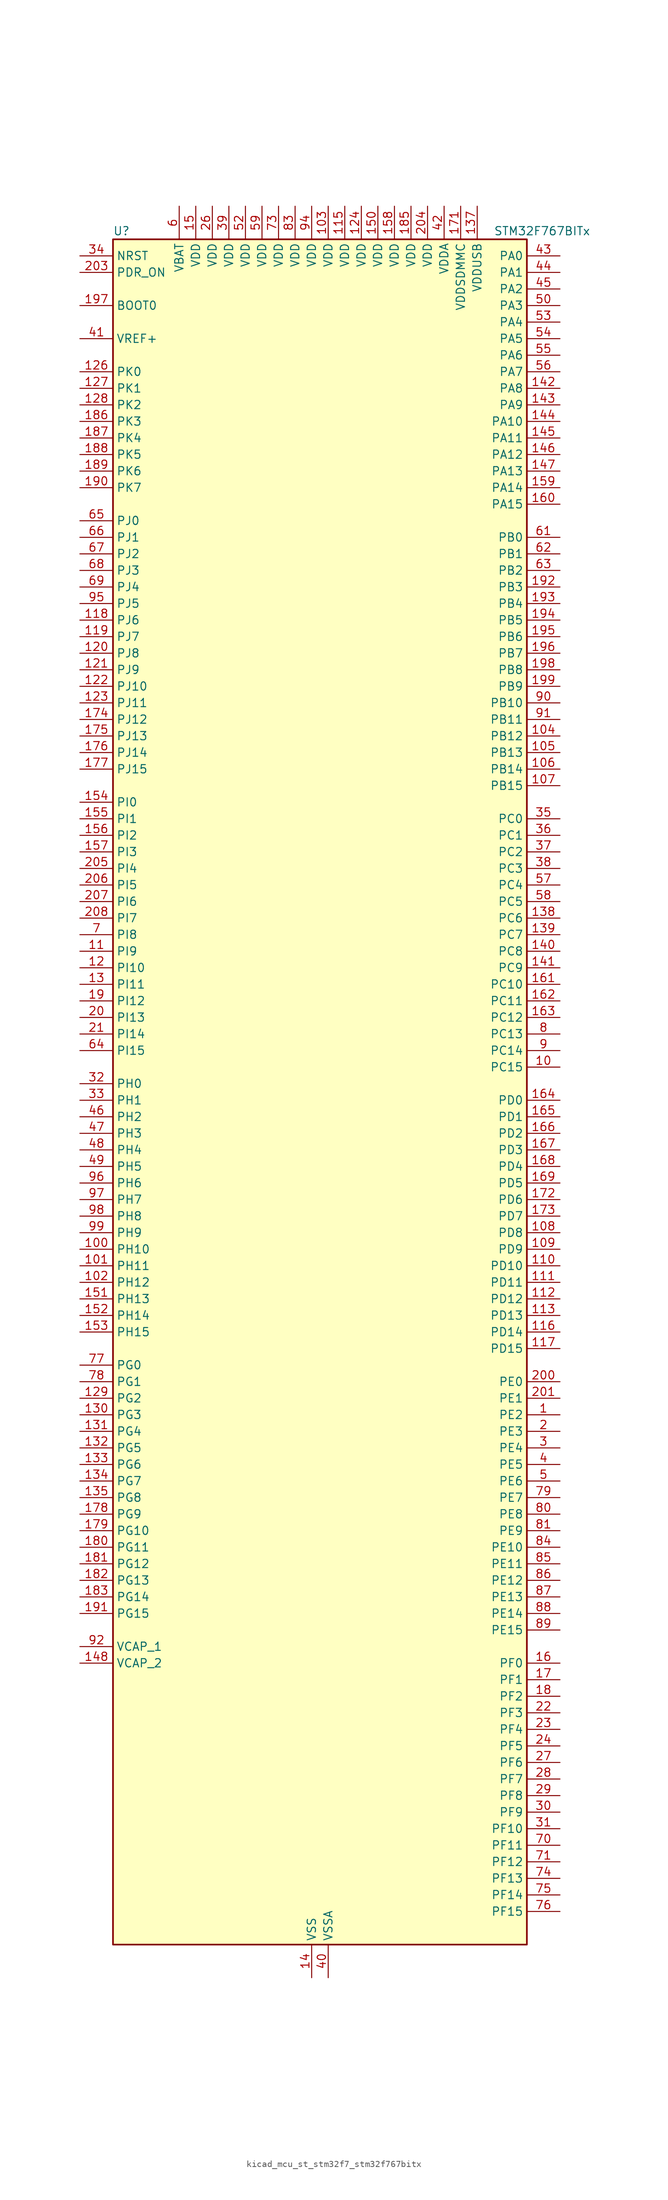
<source format=kicad_sym>
(kicad_symbol_lib
  (version 20220914)
  (generator kicad_symbol_editor)
  (symbol "kicad_mcu_st_stm32f7_stm32f767bitx"
    (property "Reference" "U"
      (at -30.48 133.35 0)
      (effects (font (size 1.27 1.27)) (justify left)))
    (property "Value" "STM32F767BITx"
      (at 27.94 133.35 0)
      (effects (font (size 1.27 1.27)) (justify left)))
    (property "ki_locked" ""
      (at 0 0 0)
      (effects (font (size 1.27 1.27))))
    (symbol "kicad_mcu_st_stm32f7_stm32f767bitx_0_1"
      (rectangle (start -30.48 -129.54) (end 33.02 132.08) (stroke (width 0.254) (type default)) (fill (type background))))
    (symbol "kicad_mcu_st_stm32f7_stm32f767bitx_1_1"
      (pin bidirectional line (at 38.1 -48.26 180) (length 5.08) (name "PE2" (effects (font (size 1.27 1.27)))) (number "1" (effects (font (size 1.27 1.27)))) (alternate "ETH_TXD3" bidirectional line) (alternate "FMC_A23" bidirectional line) (alternate "QUADSPI_BK1_IO2" bidirectional line) (alternate "SAI1_MCLK_A" bidirectional line) (alternate "SPI4_SCK" bidirectional line) (alternate "SYS_TRACECLK" bidirectional line))
      (pin bidirectional line (at 38.1 5.08 180) (length 5.08) (name "PC15" (effects (font (size 1.27 1.27)))) (number "10" (effects (font (size 1.27 1.27)))) (alternate "RCC_OSC32_OUT" bidirectional line))
      (pin bidirectional line (at -35.56 -22.86 0) (length 5.08) (name "PH10" (effects (font (size 1.27 1.27)))) (number "100" (effects (font (size 1.27 1.27)))) (alternate "DCMI_D1" bidirectional line) (alternate "FMC_D18" bidirectional line) (alternate "I2C4_SMBA" bidirectional line) (alternate "LTDC_R4" bidirectional line) (alternate "TIM5_CH1" bidirectional line))
      (pin bidirectional line (at -35.56 -25.4 0) (length 5.08) (name "PH11" (effects (font (size 1.27 1.27)))) (number "101" (effects (font (size 1.27 1.27)))) (alternate "ADC1_EXTI11" bidirectional line) (alternate "ADC2_EXTI11" bidirectional line) (alternate "ADC3_EXTI11" bidirectional line) (alternate "DCMI_D2" bidirectional line) (alternate "FMC_D19" bidirectional line) (alternate "I2C4_SCL" bidirectional line) (alternate "LTDC_R5" bidirectional line) (alternate "TIM5_CH2" bidirectional line))
      (pin bidirectional line (at -35.56 -27.94 0) (length 5.08) (name "PH12" (effects (font (size 1.27 1.27)))) (number "102" (effects (font (size 1.27 1.27)))) (alternate "DCMI_D3" bidirectional line) (alternate "FMC_D20" bidirectional line) (alternate "I2C4_SDA" bidirectional line) (alternate "LTDC_R6" bidirectional line) (alternate "TIM5_CH3" bidirectional line))
      (pin power_in line (at 2.54 137.16 270) (length 5.08) (name "VDD" (effects (font (size 1.27 1.27)))) (number "103" (effects (font (size 1.27 1.27)))))
      (pin bidirectional line (at 38.1 55.88 180) (length 5.08) (name "PB12" (effects (font (size 1.27 1.27)))) (number "104" (effects (font (size 1.27 1.27)))) (alternate "CAN2_RX" bidirectional line) (alternate "DFSDM1_DATIN1" bidirectional line) (alternate "ETH_TXD0" bidirectional line) (alternate "I2C2_SMBA" bidirectional line) (alternate "I2S2_WS" bidirectional line) (alternate "SPI2_NSS" bidirectional line) (alternate "TIM1_BKIN" bidirectional line) (alternate "UART5_RX" bidirectional line) (alternate "USART3_CK" bidirectional line) (alternate "USB_OTG_HS_ID" bidirectional line) (alternate "USB_OTG_HS_ULPI_D5" bidirectional line))
      (pin bidirectional line (at 38.1 53.34 180) (length 5.08) (name "PB13" (effects (font (size 1.27 1.27)))) (number "105" (effects (font (size 1.27 1.27)))) (alternate "CAN2_TX" bidirectional line) (alternate "DFSDM1_CKIN1" bidirectional line) (alternate "ETH_TXD1" bidirectional line) (alternate "I2S2_CK" bidirectional line) (alternate "SPI2_SCK" bidirectional line) (alternate "TIM1_CH1N" bidirectional line) (alternate "UART5_TX" bidirectional line) (alternate "USART3_CTS" bidirectional line) (alternate "USB_OTG_HS_ULPI_D6" bidirectional line) (alternate "USB_OTG_HS_VBUS" bidirectional line))
      (pin bidirectional line (at 38.1 50.8 180) (length 5.08) (name "PB14" (effects (font (size 1.27 1.27)))) (number "106" (effects (font (size 1.27 1.27)))) (alternate "DFSDM1_DATIN2" bidirectional line) (alternate "SDMMC2_D0" bidirectional line) (alternate "SPI2_MISO" bidirectional line) (alternate "TIM12_CH1" bidirectional line) (alternate "TIM1_CH2N" bidirectional line) (alternate "TIM8_CH2N" bidirectional line) (alternate "UART4_DE" bidirectional line) (alternate "UART4_RTS" bidirectional line) (alternate "USART1_TX" bidirectional line) (alternate "USART3_DE" bidirectional line) (alternate "USART3_RTS" bidirectional line) (alternate "USB_OTG_HS_DM" bidirectional line))
      (pin bidirectional line (at 38.1 48.26 180) (length 5.08) (name "PB15" (effects (font (size 1.27 1.27)))) (number "107" (effects (font (size 1.27 1.27)))) (alternate "DFSDM1_CKIN2" bidirectional line) (alternate "I2S2_SD" bidirectional line) (alternate "RTC_REFIN" bidirectional line) (alternate "SDMMC2_D1" bidirectional line) (alternate "SPI2_MOSI" bidirectional line) (alternate "TIM12_CH2" bidirectional line) (alternate "TIM1_CH3N" bidirectional line) (alternate "TIM8_CH3N" bidirectional line) (alternate "UART4_CTS" bidirectional line) (alternate "USART1_RX" bidirectional line) (alternate "USB_OTG_HS_DP" bidirectional line))
      (pin bidirectional line (at 38.1 -20.32 180) (length 5.08) (name "PD8" (effects (font (size 1.27 1.27)))) (number "108" (effects (font (size 1.27 1.27)))) (alternate "DFSDM1_CKIN3" bidirectional line) (alternate "FMC_D13" bidirectional line) (alternate "FMC_DA13" bidirectional line) (alternate "SPDIFRX_IN1" bidirectional line) (alternate "USART3_TX" bidirectional line))
      (pin bidirectional line (at 38.1 -22.86 180) (length 5.08) (name "PD9" (effects (font (size 1.27 1.27)))) (number "109" (effects (font (size 1.27 1.27)))) (alternate "DAC_EXTI9" bidirectional line) (alternate "DFSDM1_DATIN3" bidirectional line) (alternate "FMC_D14" bidirectional line) (alternate "FMC_DA14" bidirectional line) (alternate "USART3_RX" bidirectional line))
      (pin bidirectional line (at -35.56 22.86 0) (length 5.08) (name "PI9" (effects (font (size 1.27 1.27)))) (number "11" (effects (font (size 1.27 1.27)))) (alternate "CAN1_RX" bidirectional line) (alternate "DAC_EXTI9" bidirectional line) (alternate "FMC_D30" bidirectional line) (alternate "LTDC_VSYNC" bidirectional line) (alternate "UART4_RX" bidirectional line))
      (pin bidirectional line (at 38.1 -25.4 180) (length 5.08) (name "PD10" (effects (font (size 1.27 1.27)))) (number "110" (effects (font (size 1.27 1.27)))) (alternate "DFSDM1_CKOUT" bidirectional line) (alternate "FMC_D15" bidirectional line) (alternate "FMC_DA15" bidirectional line) (alternate "LTDC_B3" bidirectional line) (alternate "USART3_CK" bidirectional line))
      (pin bidirectional line (at 38.1 -27.94 180) (length 5.08) (name "PD11" (effects (font (size 1.27 1.27)))) (number "111" (effects (font (size 1.27 1.27)))) (alternate "ADC1_EXTI11" bidirectional line) (alternate "ADC2_EXTI11" bidirectional line) (alternate "ADC3_EXTI11" bidirectional line) (alternate "FMC_A16" bidirectional line) (alternate "FMC_CLE" bidirectional line) (alternate "I2C4_SMBA" bidirectional line) (alternate "QUADSPI_BK1_IO0" bidirectional line) (alternate "SAI2_SD_A" bidirectional line) (alternate "USART3_CTS" bidirectional line))
      (pin bidirectional line (at 38.1 -30.48 180) (length 5.08) (name "PD12" (effects (font (size 1.27 1.27)))) (number "112" (effects (font (size 1.27 1.27)))) (alternate "FMC_A17" bidirectional line) (alternate "FMC_ALE" bidirectional line) (alternate "I2C4_SCL" bidirectional line) (alternate "LPTIM1_IN1" bidirectional line) (alternate "QUADSPI_BK1_IO1" bidirectional line) (alternate "SAI2_FS_A" bidirectional line) (alternate "TIM4_CH1" bidirectional line) (alternate "USART3_DE" bidirectional line) (alternate "USART3_RTS" bidirectional line))
      (pin bidirectional line (at 38.1 -33.02 180) (length 5.08) (name "PD13" (effects (font (size 1.27 1.27)))) (number "113" (effects (font (size 1.27 1.27)))) (alternate "FMC_A18" bidirectional line) (alternate "I2C4_SDA" bidirectional line) (alternate "LPTIM1_OUT" bidirectional line) (alternate "QUADSPI_BK1_IO3" bidirectional line) (alternate "SAI2_SCK_A" bidirectional line) (alternate "TIM4_CH2" bidirectional line))
      (pin passive line (at 0 -134.62 90) (length 5.08) hide (name "VSS" (effects (font (size 1.27 1.27)))) (number "114" (effects (font (size 1.27 1.27)))))
      (pin power_in line (at 5.08 137.16 270) (length 5.08) (name "VDD" (effects (font (size 1.27 1.27)))) (number "115" (effects (font (size 1.27 1.27)))))
      (pin bidirectional line (at 38.1 -35.56 180) (length 5.08) (name "PD14" (effects (font (size 1.27 1.27)))) (number "116" (effects (font (size 1.27 1.27)))) (alternate "FMC_D0" bidirectional line) (alternate "FMC_DA0" bidirectional line) (alternate "TIM4_CH3" bidirectional line) (alternate "UART8_CTS" bidirectional line))
      (pin bidirectional line (at 38.1 -38.1 180) (length 5.08) (name "PD15" (effects (font (size 1.27 1.27)))) (number "117" (effects (font (size 1.27 1.27)))) (alternate "FMC_D1" bidirectional line) (alternate "FMC_DA1" bidirectional line) (alternate "TIM4_CH4" bidirectional line) (alternate "UART8_DE" bidirectional line) (alternate "UART8_RTS" bidirectional line))
      (pin bidirectional line (at -35.56 73.66 0) (length 5.08) (name "PJ6" (effects (font (size 1.27 1.27)))) (number "118" (effects (font (size 1.27 1.27)))) (alternate "LTDC_R7" bidirectional line))
      (pin bidirectional line (at -35.56 71.12 0) (length 5.08) (name "PJ7" (effects (font (size 1.27 1.27)))) (number "119" (effects (font (size 1.27 1.27)))) (alternate "LTDC_G0" bidirectional line))
      (pin bidirectional line (at -35.56 20.32 0) (length 5.08) (name "PI10" (effects (font (size 1.27 1.27)))) (number "12" (effects (font (size 1.27 1.27)))) (alternate "ETH_RX_ER" bidirectional line) (alternate "FMC_D31" bidirectional line) (alternate "LTDC_HSYNC" bidirectional line))
      (pin bidirectional line (at -35.56 68.58 0) (length 5.08) (name "PJ8" (effects (font (size 1.27 1.27)))) (number "120" (effects (font (size 1.27 1.27)))) (alternate "LTDC_G1" bidirectional line))
      (pin bidirectional line (at -35.56 66.04 0) (length 5.08) (name "PJ9" (effects (font (size 1.27 1.27)))) (number "121" (effects (font (size 1.27 1.27)))) (alternate "DAC_EXTI9" bidirectional line) (alternate "LTDC_G2" bidirectional line))
      (pin bidirectional line (at -35.56 63.5 0) (length 5.08) (name "PJ10" (effects (font (size 1.27 1.27)))) (number "122" (effects (font (size 1.27 1.27)))) (alternate "LTDC_G3" bidirectional line))
      (pin bidirectional line (at -35.56 60.96 0) (length 5.08) (name "PJ11" (effects (font (size 1.27 1.27)))) (number "123" (effects (font (size 1.27 1.27)))) (alternate "ADC1_EXTI11" bidirectional line) (alternate "ADC2_EXTI11" bidirectional line) (alternate "ADC3_EXTI11" bidirectional line) (alternate "LTDC_G4" bidirectional line))
      (pin power_in line (at 7.62 137.16 270) (length 5.08) (name "VDD" (effects (font (size 1.27 1.27)))) (number "124" (effects (font (size 1.27 1.27)))))
      (pin passive line (at 0 -134.62 90) (length 5.08) hide (name "VSS" (effects (font (size 1.27 1.27)))) (number "125" (effects (font (size 1.27 1.27)))))
      (pin bidirectional line (at -35.56 111.76 0) (length 5.08) (name "PK0" (effects (font (size 1.27 1.27)))) (number "126" (effects (font (size 1.27 1.27)))) (alternate "LTDC_G5" bidirectional line))
      (pin bidirectional line (at -35.56 109.22 0) (length 5.08) (name "PK1" (effects (font (size 1.27 1.27)))) (number "127" (effects (font (size 1.27 1.27)))) (alternate "LTDC_G6" bidirectional line))
      (pin bidirectional line (at -35.56 106.68 0) (length 5.08) (name "PK2" (effects (font (size 1.27 1.27)))) (number "128" (effects (font (size 1.27 1.27)))) (alternate "LTDC_G7" bidirectional line))
      (pin bidirectional line (at -35.56 -45.72 0) (length 5.08) (name "PG2" (effects (font (size 1.27 1.27)))) (number "129" (effects (font (size 1.27 1.27)))) (alternate "FMC_A12" bidirectional line))
      (pin bidirectional line (at -35.56 17.78 0) (length 5.08) (name "PI11" (effects (font (size 1.27 1.27)))) (number "13" (effects (font (size 1.27 1.27)))) (alternate "ADC1_EXTI11" bidirectional line) (alternate "ADC2_EXTI11" bidirectional line) (alternate "ADC3_EXTI11" bidirectional line) (alternate "LTDC_G6" bidirectional line) (alternate "SYS_WKUP6" bidirectional line) (alternate "USB_OTG_HS_ULPI_DIR" bidirectional line))
      (pin bidirectional line (at -35.56 -48.26 0) (length 5.08) (name "PG3" (effects (font (size 1.27 1.27)))) (number "130" (effects (font (size 1.27 1.27)))) (alternate "FMC_A13" bidirectional line))
      (pin bidirectional line (at -35.56 -50.8 0) (length 5.08) (name "PG4" (effects (font (size 1.27 1.27)))) (number "131" (effects (font (size 1.27 1.27)))) (alternate "FMC_A14" bidirectional line) (alternate "FMC_BA0" bidirectional line))
      (pin bidirectional line (at -35.56 -53.34 0) (length 5.08) (name "PG5" (effects (font (size 1.27 1.27)))) (number "132" (effects (font (size 1.27 1.27)))) (alternate "FMC_A15" bidirectional line) (alternate "FMC_BA1" bidirectional line))
      (pin bidirectional line (at -35.56 -55.88 0) (length 5.08) (name "PG6" (effects (font (size 1.27 1.27)))) (number "133" (effects (font (size 1.27 1.27)))) (alternate "DCMI_D12" bidirectional line) (alternate "FMC_NE3" bidirectional line) (alternate "LTDC_R7" bidirectional line))
      (pin bidirectional line (at -35.56 -58.42 0) (length 5.08) (name "PG7" (effects (font (size 1.27 1.27)))) (number "134" (effects (font (size 1.27 1.27)))) (alternate "DCMI_D13" bidirectional line) (alternate "FMC_INT" bidirectional line) (alternate "LTDC_CLK" bidirectional line) (alternate "SAI1_MCLK_A" bidirectional line) (alternate "USART6_CK" bidirectional line))
      (pin bidirectional line (at -35.56 -60.96 0) (length 5.08) (name "PG8" (effects (font (size 1.27 1.27)))) (number "135" (effects (font (size 1.27 1.27)))) (alternate "ETH_PPS_OUT" bidirectional line) (alternate "FMC_SDCLK" bidirectional line) (alternate "LTDC_G7" bidirectional line) (alternate "SPDIFRX_IN2" bidirectional line) (alternate "SPI6_NSS" bidirectional line) (alternate "USART6_DE" bidirectional line) (alternate "USART6_RTS" bidirectional line))
      (pin passive line (at 0 -134.62 90) (length 5.08) hide (name "VSS" (effects (font (size 1.27 1.27)))) (number "136" (effects (font (size 1.27 1.27)))))
      (pin power_in line (at 25.4 137.16 270) (length 5.08) (name "VDDUSB" (effects (font (size 1.27 1.27)))) (number "137" (effects (font (size 1.27 1.27)))))
      (pin bidirectional line (at 38.1 27.94 180) (length 5.08) (name "PC6" (effects (font (size 1.27 1.27)))) (number "138" (effects (font (size 1.27 1.27)))) (alternate "DCMI_D0" bidirectional line) (alternate "DFSDM1_CKIN3" bidirectional line) (alternate "FMC_NWAIT" bidirectional line) (alternate "I2S2_MCK" bidirectional line) (alternate "LTDC_HSYNC" bidirectional line) (alternate "SDMMC1_D6" bidirectional line) (alternate "SDMMC2_D6" bidirectional line) (alternate "TIM3_CH1" bidirectional line) (alternate "TIM8_CH1" bidirectional line) (alternate "USART6_TX" bidirectional line))
      (pin bidirectional line (at 38.1 25.4 180) (length 5.08) (name "PC7" (effects (font (size 1.27 1.27)))) (number "139" (effects (font (size 1.27 1.27)))) (alternate "DCMI_D1" bidirectional line) (alternate "DFSDM1_DATIN3" bidirectional line) (alternate "FMC_NE1" bidirectional line) (alternate "I2S3_MCK" bidirectional line) (alternate "LTDC_G6" bidirectional line) (alternate "SDMMC1_D7" bidirectional line) (alternate "SDMMC2_D7" bidirectional line) (alternate "TIM3_CH2" bidirectional line) (alternate "TIM8_CH2" bidirectional line) (alternate "USART6_RX" bidirectional line))
      (pin power_in line (at 0 -134.62 90) (length 5.08) (name "VSS" (effects (font (size 1.27 1.27)))) (number "14" (effects (font (size 1.27 1.27)))))
      (pin bidirectional line (at 38.1 22.86 180) (length 5.08) (name "PC8" (effects (font (size 1.27 1.27)))) (number "140" (effects (font (size 1.27 1.27)))) (alternate "DCMI_D2" bidirectional line) (alternate "FMC_NCE" bidirectional line) (alternate "FMC_NE2" bidirectional line) (alternate "SDMMC1_D0" bidirectional line) (alternate "SYS_TRACED1" bidirectional line) (alternate "TIM3_CH3" bidirectional line) (alternate "TIM8_CH3" bidirectional line) (alternate "UART5_DE" bidirectional line) (alternate "UART5_RTS" bidirectional line) (alternate "USART6_CK" bidirectional line))
      (pin bidirectional line (at 38.1 20.32 180) (length 5.08) (name "PC9" (effects (font (size 1.27 1.27)))) (number "141" (effects (font (size 1.27 1.27)))) (alternate "DAC_EXTI9" bidirectional line) (alternate "DCMI_D3" bidirectional line) (alternate "I2C3_SDA" bidirectional line) (alternate "I2S_CKIN" bidirectional line) (alternate "LTDC_B2" bidirectional line) (alternate "LTDC_G3" bidirectional line) (alternate "QUADSPI_BK1_IO0" bidirectional line) (alternate "RCC_MCO_2" bidirectional line) (alternate "SDMMC1_D1" bidirectional line) (alternate "TIM3_CH4" bidirectional line) (alternate "TIM8_CH4" bidirectional line) (alternate "UART5_CTS" bidirectional line))
      (pin bidirectional line (at 38.1 109.22 180) (length 5.08) (name "PA8" (effects (font (size 1.27 1.27)))) (number "142" (effects (font (size 1.27 1.27)))) (alternate "CAN3_RX" bidirectional line) (alternate "I2C3_SCL" bidirectional line) (alternate "LTDC_B3" bidirectional line) (alternate "LTDC_R6" bidirectional line) (alternate "RCC_MCO_1" bidirectional line) (alternate "TIM1_CH1" bidirectional line) (alternate "TIM8_BKIN2" bidirectional line) (alternate "UART7_RX" bidirectional line) (alternate "USART1_CK" bidirectional line) (alternate "USB_OTG_FS_SOF" bidirectional line))
      (pin bidirectional line (at 38.1 106.68 180) (length 5.08) (name "PA9" (effects (font (size 1.27 1.27)))) (number "143" (effects (font (size 1.27 1.27)))) (alternate "DAC_EXTI9" bidirectional line) (alternate "DCMI_D0" bidirectional line) (alternate "I2C3_SMBA" bidirectional line) (alternate "I2S2_CK" bidirectional line) (alternate "LTDC_R5" bidirectional line) (alternate "SPI2_SCK" bidirectional line) (alternate "TIM1_CH2" bidirectional line) (alternate "USART1_TX" bidirectional line) (alternate "USB_OTG_FS_VBUS" bidirectional line))
      (pin bidirectional line (at 38.1 104.14 180) (length 5.08) (name "PA10" (effects (font (size 1.27 1.27)))) (number "144" (effects (font (size 1.27 1.27)))) (alternate "DCMI_D1" bidirectional line) (alternate "LTDC_B1" bidirectional line) (alternate "LTDC_B4" bidirectional line) (alternate "MDIOS_MDIO" bidirectional line) (alternate "TIM1_CH3" bidirectional line) (alternate "USART1_RX" bidirectional line) (alternate "USB_OTG_FS_ID" bidirectional line))
      (pin bidirectional line (at 38.1 101.6 180) (length 5.08) (name "PA11" (effects (font (size 1.27 1.27)))) (number "145" (effects (font (size 1.27 1.27)))) (alternate "ADC1_EXTI11" bidirectional line) (alternate "ADC2_EXTI11" bidirectional line) (alternate "ADC3_EXTI11" bidirectional line) (alternate "CAN1_RX" bidirectional line) (alternate "I2S2_WS" bidirectional line) (alternate "LTDC_R4" bidirectional line) (alternate "SPI2_NSS" bidirectional line) (alternate "TIM1_CH4" bidirectional line) (alternate "UART4_RX" bidirectional line) (alternate "USART1_CTS" bidirectional line) (alternate "USB_OTG_FS_DM" bidirectional line))
      (pin bidirectional line (at 38.1 99.06 180) (length 5.08) (name "PA12" (effects (font (size 1.27 1.27)))) (number "146" (effects (font (size 1.27 1.27)))) (alternate "CAN1_TX" bidirectional line) (alternate "I2S2_CK" bidirectional line) (alternate "LTDC_R5" bidirectional line) (alternate "SAI2_FS_B" bidirectional line) (alternate "SPI2_SCK" bidirectional line) (alternate "TIM1_ETR" bidirectional line) (alternate "UART4_TX" bidirectional line) (alternate "USART1_DE" bidirectional line) (alternate "USART1_RTS" bidirectional line) (alternate "USB_OTG_FS_DP" bidirectional line))
      (pin bidirectional line (at 38.1 96.52 180) (length 5.08) (name "PA13" (effects (font (size 1.27 1.27)))) (number "147" (effects (font (size 1.27 1.27)))) (alternate "SYS_JTMS-SWDIO" bidirectional line))
      (pin power_out line (at -35.56 -86.36 0) (length 5.08) (name "VCAP_2" (effects (font (size 1.27 1.27)))) (number "148" (effects (font (size 1.27 1.27)))))
      (pin passive line (at 0 -134.62 90) (length 5.08) hide (name "VSS" (effects (font (size 1.27 1.27)))) (number "149" (effects (font (size 1.27 1.27)))))
      (pin power_in line (at -17.78 137.16 270) (length 5.08) (name "VDD" (effects (font (size 1.27 1.27)))) (number "15" (effects (font (size 1.27 1.27)))))
      (pin power_in line (at 10.16 137.16 270) (length 5.08) (name "VDD" (effects (font (size 1.27 1.27)))) (number "150" (effects (font (size 1.27 1.27)))))
      (pin bidirectional line (at -35.56 -30.48 0) (length 5.08) (name "PH13" (effects (font (size 1.27 1.27)))) (number "151" (effects (font (size 1.27 1.27)))) (alternate "CAN1_TX" bidirectional line) (alternate "FMC_D21" bidirectional line) (alternate "LTDC_G2" bidirectional line) (alternate "TIM8_CH1N" bidirectional line) (alternate "UART4_TX" bidirectional line))
      (pin bidirectional line (at -35.56 -33.02 0) (length 5.08) (name "PH14" (effects (font (size 1.27 1.27)))) (number "152" (effects (font (size 1.27 1.27)))) (alternate "CAN1_RX" bidirectional line) (alternate "DCMI_D4" bidirectional line) (alternate "FMC_D22" bidirectional line) (alternate "LTDC_G3" bidirectional line) (alternate "TIM8_CH2N" bidirectional line) (alternate "UART4_RX" bidirectional line))
      (pin bidirectional line (at -35.56 -35.56 0) (length 5.08) (name "PH15" (effects (font (size 1.27 1.27)))) (number "153" (effects (font (size 1.27 1.27)))) (alternate "DCMI_D11" bidirectional line) (alternate "FMC_D23" bidirectional line) (alternate "LTDC_G4" bidirectional line) (alternate "TIM8_CH3N" bidirectional line))
      (pin bidirectional line (at -35.56 45.72 0) (length 5.08) (name "PI0" (effects (font (size 1.27 1.27)))) (number "154" (effects (font (size 1.27 1.27)))) (alternate "DCMI_D13" bidirectional line) (alternate "FMC_D24" bidirectional line) (alternate "I2S2_WS" bidirectional line) (alternate "LTDC_G5" bidirectional line) (alternate "SPI2_NSS" bidirectional line) (alternate "TIM5_CH4" bidirectional line))
      (pin bidirectional line (at -35.56 43.18 0) (length 5.08) (name "PI1" (effects (font (size 1.27 1.27)))) (number "155" (effects (font (size 1.27 1.27)))) (alternate "DCMI_D8" bidirectional line) (alternate "FMC_D25" bidirectional line) (alternate "I2S2_CK" bidirectional line) (alternate "LTDC_G6" bidirectional line) (alternate "SPI2_SCK" bidirectional line) (alternate "TIM8_BKIN2" bidirectional line))
      (pin bidirectional line (at -35.56 40.64 0) (length 5.08) (name "PI2" (effects (font (size 1.27 1.27)))) (number "156" (effects (font (size 1.27 1.27)))) (alternate "DCMI_D9" bidirectional line) (alternate "FMC_D26" bidirectional line) (alternate "LTDC_G7" bidirectional line) (alternate "SPI2_MISO" bidirectional line) (alternate "TIM8_CH4" bidirectional line))
      (pin bidirectional line (at -35.56 38.1 0) (length 5.08) (name "PI3" (effects (font (size 1.27 1.27)))) (number "157" (effects (font (size 1.27 1.27)))) (alternate "DCMI_D10" bidirectional line) (alternate "FMC_D27" bidirectional line) (alternate "I2S2_SD" bidirectional line) (alternate "SPI2_MOSI" bidirectional line) (alternate "TIM8_ETR" bidirectional line))
      (pin power_in line (at 12.7 137.16 270) (length 5.08) (name "VDD" (effects (font (size 1.27 1.27)))) (number "158" (effects (font (size 1.27 1.27)))))
      (pin bidirectional line (at 38.1 93.98 180) (length 5.08) (name "PA14" (effects (font (size 1.27 1.27)))) (number "159" (effects (font (size 1.27 1.27)))) (alternate "SYS_JTCK-SWCLK" bidirectional line))
      (pin bidirectional line (at 38.1 -86.36 180) (length 5.08) (name "PF0" (effects (font (size 1.27 1.27)))) (number "16" (effects (font (size 1.27 1.27)))) (alternate "FMC_A0" bidirectional line) (alternate "I2C2_SDA" bidirectional line))
      (pin bidirectional line (at 38.1 91.44 180) (length 5.08) (name "PA15" (effects (font (size 1.27 1.27)))) (number "160" (effects (font (size 1.27 1.27)))) (alternate "CAN3_TX" bidirectional line) (alternate "CEC" bidirectional line) (alternate "I2S1_WS" bidirectional line) (alternate "I2S3_WS" bidirectional line) (alternate "SPI1_NSS" bidirectional line) (alternate "SPI3_NSS" bidirectional line) (alternate "SPI6_NSS" bidirectional line) (alternate "SYS_JTDI" bidirectional line) (alternate "TIM2_CH1" bidirectional line) (alternate "TIM2_ETR" bidirectional line) (alternate "UART4_DE" bidirectional line) (alternate "UART4_RTS" bidirectional line) (alternate "UART7_TX" bidirectional line))
      (pin bidirectional line (at 38.1 17.78 180) (length 5.08) (name "PC10" (effects (font (size 1.27 1.27)))) (number "161" (effects (font (size 1.27 1.27)))) (alternate "DCMI_D8" bidirectional line) (alternate "DFSDM1_CKIN5" bidirectional line) (alternate "I2S3_CK" bidirectional line) (alternate "LTDC_R2" bidirectional line) (alternate "QUADSPI_BK1_IO1" bidirectional line) (alternate "SDMMC1_D2" bidirectional line) (alternate "SPI3_SCK" bidirectional line) (alternate "UART4_TX" bidirectional line) (alternate "USART3_TX" bidirectional line))
      (pin bidirectional line (at 38.1 15.24 180) (length 5.08) (name "PC11" (effects (font (size 1.27 1.27)))) (number "162" (effects (font (size 1.27 1.27)))) (alternate "ADC1_EXTI11" bidirectional line) (alternate "ADC2_EXTI11" bidirectional line) (alternate "ADC3_EXTI11" bidirectional line) (alternate "DCMI_D4" bidirectional line) (alternate "DFSDM1_DATIN5" bidirectional line) (alternate "QUADSPI_BK2_NCS" bidirectional line) (alternate "SDMMC1_D3" bidirectional line) (alternate "SPI3_MISO" bidirectional line) (alternate "UART4_RX" bidirectional line) (alternate "USART3_RX" bidirectional line))
      (pin bidirectional line (at 38.1 12.7 180) (length 5.08) (name "PC12" (effects (font (size 1.27 1.27)))) (number "163" (effects (font (size 1.27 1.27)))) (alternate "DCMI_D9" bidirectional line) (alternate "I2S3_SD" bidirectional line) (alternate "SDMMC1_CK" bidirectional line) (alternate "SPI3_MOSI" bidirectional line) (alternate "SYS_TRACED3" bidirectional line) (alternate "UART5_TX" bidirectional line) (alternate "USART3_CK" bidirectional line))
      (pin bidirectional line (at 38.1 0 180) (length 5.08) (name "PD0" (effects (font (size 1.27 1.27)))) (number "164" (effects (font (size 1.27 1.27)))) (alternate "CAN1_RX" bidirectional line) (alternate "DFSDM1_CKIN6" bidirectional line) (alternate "DFSDM1_DATIN7" bidirectional line) (alternate "FMC_D2" bidirectional line) (alternate "FMC_DA2" bidirectional line) (alternate "UART4_RX" bidirectional line))
      (pin bidirectional line (at 38.1 -2.54 180) (length 5.08) (name "PD1" (effects (font (size 1.27 1.27)))) (number "165" (effects (font (size 1.27 1.27)))) (alternate "CAN1_TX" bidirectional line) (alternate "DFSDM1_CKIN7" bidirectional line) (alternate "DFSDM1_DATIN6" bidirectional line) (alternate "FMC_D3" bidirectional line) (alternate "FMC_DA3" bidirectional line) (alternate "UART4_TX" bidirectional line))
      (pin bidirectional line (at 38.1 -5.08 180) (length 5.08) (name "PD2" (effects (font (size 1.27 1.27)))) (number "166" (effects (font (size 1.27 1.27)))) (alternate "DCMI_D11" bidirectional line) (alternate "SDMMC1_CMD" bidirectional line) (alternate "SYS_TRACED2" bidirectional line) (alternate "TIM3_ETR" bidirectional line) (alternate "UART5_RX" bidirectional line))
      (pin bidirectional line (at 38.1 -7.62 180) (length 5.08) (name "PD3" (effects (font (size 1.27 1.27)))) (number "167" (effects (font (size 1.27 1.27)))) (alternate "DCMI_D5" bidirectional line) (alternate "DFSDM1_CKOUT" bidirectional line) (alternate "DFSDM1_DATIN0" bidirectional line) (alternate "FMC_CLK" bidirectional line) (alternate "I2S2_CK" bidirectional line) (alternate "LTDC_G7" bidirectional line) (alternate "SPI2_SCK" bidirectional line) (alternate "USART2_CTS" bidirectional line))
      (pin bidirectional line (at 38.1 -10.16 180) (length 5.08) (name "PD4" (effects (font (size 1.27 1.27)))) (number "168" (effects (font (size 1.27 1.27)))) (alternate "DFSDM1_CKIN0" bidirectional line) (alternate "FMC_NOE" bidirectional line) (alternate "USART2_DE" bidirectional line) (alternate "USART2_RTS" bidirectional line))
      (pin bidirectional line (at 38.1 -12.7 180) (length 5.08) (name "PD5" (effects (font (size 1.27 1.27)))) (number "169" (effects (font (size 1.27 1.27)))) (alternate "FMC_NWE" bidirectional line) (alternate "USART2_TX" bidirectional line))
      (pin bidirectional line (at 38.1 -88.9 180) (length 5.08) (name "PF1" (effects (font (size 1.27 1.27)))) (number "17" (effects (font (size 1.27 1.27)))) (alternate "FMC_A1" bidirectional line) (alternate "I2C2_SCL" bidirectional line))
      (pin passive line (at 0 -134.62 90) (length 5.08) hide (name "VSS" (effects (font (size 1.27 1.27)))) (number "170" (effects (font (size 1.27 1.27)))))
      (pin power_in line (at 22.86 137.16 270) (length 5.08) (name "VDDSDMMC" (effects (font (size 1.27 1.27)))) (number "171" (effects (font (size 1.27 1.27)))))
      (pin bidirectional line (at 38.1 -15.24 180) (length 5.08) (name "PD6" (effects (font (size 1.27 1.27)))) (number "172" (effects (font (size 1.27 1.27)))) (alternate "DCMI_D10" bidirectional line) (alternate "DFSDM1_CKIN4" bidirectional line) (alternate "DFSDM1_DATIN1" bidirectional line) (alternate "FMC_NWAIT" bidirectional line) (alternate "I2S3_SD" bidirectional line) (alternate "LTDC_B2" bidirectional line) (alternate "SAI1_SD_A" bidirectional line) (alternate "SDMMC2_CK" bidirectional line) (alternate "SPI3_MOSI" bidirectional line) (alternate "USART2_RX" bidirectional line))
      (pin bidirectional line (at 38.1 -17.78 180) (length 5.08) (name "PD7" (effects (font (size 1.27 1.27)))) (number "173" (effects (font (size 1.27 1.27)))) (alternate "DFSDM1_CKIN1" bidirectional line) (alternate "DFSDM1_DATIN4" bidirectional line) (alternate "FMC_NE1" bidirectional line) (alternate "I2S1_SD" bidirectional line) (alternate "SDMMC2_CMD" bidirectional line) (alternate "SPDIFRX_IN0" bidirectional line) (alternate "SPI1_MOSI" bidirectional line) (alternate "USART2_CK" bidirectional line))
      (pin bidirectional line (at -35.56 58.42 0) (length 5.08) (name "PJ12" (effects (font (size 1.27 1.27)))) (number "174" (effects (font (size 1.27 1.27)))) (alternate "LTDC_B0" bidirectional line) (alternate "LTDC_G3" bidirectional line))
      (pin bidirectional line (at -35.56 55.88 0) (length 5.08) (name "PJ13" (effects (font (size 1.27 1.27)))) (number "175" (effects (font (size 1.27 1.27)))) (alternate "LTDC_B1" bidirectional line) (alternate "LTDC_G4" bidirectional line))
      (pin bidirectional line (at -35.56 53.34 0) (length 5.08) (name "PJ14" (effects (font (size 1.27 1.27)))) (number "176" (effects (font (size 1.27 1.27)))) (alternate "LTDC_B2" bidirectional line))
      (pin bidirectional line (at -35.56 50.8 0) (length 5.08) (name "PJ15" (effects (font (size 1.27 1.27)))) (number "177" (effects (font (size 1.27 1.27)))) (alternate "LTDC_B3" bidirectional line))
      (pin bidirectional line (at -35.56 -63.5 0) (length 5.08) (name "PG9" (effects (font (size 1.27 1.27)))) (number "178" (effects (font (size 1.27 1.27)))) (alternate "DAC_EXTI9" bidirectional line) (alternate "DCMI_VSYNC" bidirectional line) (alternate "FMC_NCE" bidirectional line) (alternate "FMC_NE2" bidirectional line) (alternate "QUADSPI_BK2_IO2" bidirectional line) (alternate "SAI2_FS_B" bidirectional line) (alternate "SDMMC2_D0" bidirectional line) (alternate "SPDIFRX_IN3" bidirectional line) (alternate "SPI1_MISO" bidirectional line) (alternate "USART6_RX" bidirectional line))
      (pin bidirectional line (at -35.56 -66.04 0) (length 5.08) (name "PG10" (effects (font (size 1.27 1.27)))) (number "179" (effects (font (size 1.27 1.27)))) (alternate "DCMI_D2" bidirectional line) (alternate "FMC_NE3" bidirectional line) (alternate "I2S1_WS" bidirectional line) (alternate "LTDC_B2" bidirectional line) (alternate "LTDC_G3" bidirectional line) (alternate "SAI2_SD_B" bidirectional line) (alternate "SDMMC2_D1" bidirectional line) (alternate "SPI1_NSS" bidirectional line))
      (pin bidirectional line (at 38.1 -91.44 180) (length 5.08) (name "PF2" (effects (font (size 1.27 1.27)))) (number "18" (effects (font (size 1.27 1.27)))) (alternate "FMC_A2" bidirectional line) (alternate "I2C2_SMBA" bidirectional line))
      (pin bidirectional line (at -35.56 -68.58 0) (length 5.08) (name "PG11" (effects (font (size 1.27 1.27)))) (number "180" (effects (font (size 1.27 1.27)))) (alternate "ADC1_EXTI11" bidirectional line) (alternate "ADC2_EXTI11" bidirectional line) (alternate "ADC3_EXTI11" bidirectional line) (alternate "DCMI_D3" bidirectional line) (alternate "ETH_TX_EN" bidirectional line) (alternate "I2S1_CK" bidirectional line) (alternate "LTDC_B3" bidirectional line) (alternate "SDMMC2_D2" bidirectional line) (alternate "SPDIFRX_IN0" bidirectional line) (alternate "SPI1_SCK" bidirectional line))
      (pin bidirectional line (at -35.56 -71.12 0) (length 5.08) (name "PG12" (effects (font (size 1.27 1.27)))) (number "181" (effects (font (size 1.27 1.27)))) (alternate "FMC_NE4" bidirectional line) (alternate "LPTIM1_IN1" bidirectional line) (alternate "LTDC_B1" bidirectional line) (alternate "LTDC_B4" bidirectional line) (alternate "SDMMC2_D3" bidirectional line) (alternate "SPDIFRX_IN1" bidirectional line) (alternate "SPI6_MISO" bidirectional line) (alternate "USART6_DE" bidirectional line) (alternate "USART6_RTS" bidirectional line))
      (pin bidirectional line (at -35.56 -73.66 0) (length 5.08) (name "PG13" (effects (font (size 1.27 1.27)))) (number "182" (effects (font (size 1.27 1.27)))) (alternate "ETH_TXD0" bidirectional line) (alternate "FMC_A24" bidirectional line) (alternate "LPTIM1_OUT" bidirectional line) (alternate "LTDC_R0" bidirectional line) (alternate "SPI6_SCK" bidirectional line) (alternate "SYS_TRACED0" bidirectional line) (alternate "USART6_CTS" bidirectional line))
      (pin bidirectional line (at -35.56 -76.2 0) (length 5.08) (name "PG14" (effects (font (size 1.27 1.27)))) (number "183" (effects (font (size 1.27 1.27)))) (alternate "ETH_TXD1" bidirectional line) (alternate "FMC_A25" bidirectional line) (alternate "LPTIM1_ETR" bidirectional line) (alternate "LTDC_B0" bidirectional line) (alternate "QUADSPI_BK2_IO3" bidirectional line) (alternate "SPI6_MOSI" bidirectional line) (alternate "SYS_TRACED1" bidirectional line) (alternate "USART6_TX" bidirectional line))
      (pin passive line (at 0 -134.62 90) (length 5.08) hide (name "VSS" (effects (font (size 1.27 1.27)))) (number "184" (effects (font (size 1.27 1.27)))))
      (pin power_in line (at 15.24 137.16 270) (length 5.08) (name "VDD" (effects (font (size 1.27 1.27)))) (number "185" (effects (font (size 1.27 1.27)))))
      (pin bidirectional line (at -35.56 104.14 0) (length 5.08) (name "PK3" (effects (font (size 1.27 1.27)))) (number "186" (effects (font (size 1.27 1.27)))) (alternate "LTDC_B4" bidirectional line))
      (pin bidirectional line (at -35.56 101.6 0) (length 5.08) (name "PK4" (effects (font (size 1.27 1.27)))) (number "187" (effects (font (size 1.27 1.27)))) (alternate "LTDC_B5" bidirectional line))
      (pin bidirectional line (at -35.56 99.06 0) (length 5.08) (name "PK5" (effects (font (size 1.27 1.27)))) (number "188" (effects (font (size 1.27 1.27)))) (alternate "LTDC_B6" bidirectional line))
      (pin bidirectional line (at -35.56 96.52 0) (length 5.08) (name "PK6" (effects (font (size 1.27 1.27)))) (number "189" (effects (font (size 1.27 1.27)))) (alternate "LTDC_B7" bidirectional line))
      (pin bidirectional line (at -35.56 15.24 0) (length 5.08) (name "PI12" (effects (font (size 1.27 1.27)))) (number "19" (effects (font (size 1.27 1.27)))) (alternate "LTDC_HSYNC" bidirectional line))
      (pin bidirectional line (at -35.56 93.98 0) (length 5.08) (name "PK7" (effects (font (size 1.27 1.27)))) (number "190" (effects (font (size 1.27 1.27)))) (alternate "LTDC_DE" bidirectional line))
      (pin bidirectional line (at -35.56 -78.74 0) (length 5.08) (name "PG15" (effects (font (size 1.27 1.27)))) (number "191" (effects (font (size 1.27 1.27)))) (alternate "DCMI_D13" bidirectional line) (alternate "FMC_SDNCAS" bidirectional line) (alternate "USART6_CTS" bidirectional line))
      (pin bidirectional line (at 38.1 78.74 180) (length 5.08) (name "PB3" (effects (font (size 1.27 1.27)))) (number "192" (effects (font (size 1.27 1.27)))) (alternate "CAN3_RX" bidirectional line) (alternate "I2S1_CK" bidirectional line) (alternate "I2S3_CK" bidirectional line) (alternate "SDMMC2_D2" bidirectional line) (alternate "SPI1_SCK" bidirectional line) (alternate "SPI3_SCK" bidirectional line) (alternate "SPI6_SCK" bidirectional line) (alternate "SYS_JTDO-SWO" bidirectional line) (alternate "TIM2_CH2" bidirectional line) (alternate "UART7_RX" bidirectional line))
      (pin bidirectional line (at 38.1 76.2 180) (length 5.08) (name "PB4" (effects (font (size 1.27 1.27)))) (number "193" (effects (font (size 1.27 1.27)))) (alternate "CAN3_TX" bidirectional line) (alternate "I2S2_WS" bidirectional line) (alternate "SDMMC2_D3" bidirectional line) (alternate "SPI1_MISO" bidirectional line) (alternate "SPI2_NSS" bidirectional line) (alternate "SPI3_MISO" bidirectional line) (alternate "SPI6_MISO" bidirectional line) (alternate "SYS_JTRST" bidirectional line) (alternate "TIM3_CH1" bidirectional line) (alternate "UART7_TX" bidirectional line))
      (pin bidirectional line (at 38.1 73.66 180) (length 5.08) (name "PB5" (effects (font (size 1.27 1.27)))) (number "194" (effects (font (size 1.27 1.27)))) (alternate "CAN2_RX" bidirectional line) (alternate "DCMI_D10" bidirectional line) (alternate "ETH_PPS_OUT" bidirectional line) (alternate "FMC_SDCKE1" bidirectional line) (alternate "I2C1_SMBA" bidirectional line) (alternate "I2S1_SD" bidirectional line) (alternate "I2S3_SD" bidirectional line) (alternate "LTDC_G7" bidirectional line) (alternate "SPI1_MOSI" bidirectional line) (alternate "SPI3_MOSI" bidirectional line) (alternate "SPI6_MOSI" bidirectional line) (alternate "TIM3_CH2" bidirectional line) (alternate "UART5_RX" bidirectional line) (alternate "USB_OTG_HS_ULPI_D7" bidirectional line))
      (pin bidirectional line (at 38.1 71.12 180) (length 5.08) (name "PB6" (effects (font (size 1.27 1.27)))) (number "195" (effects (font (size 1.27 1.27)))) (alternate "CAN2_TX" bidirectional line) (alternate "CEC" bidirectional line) (alternate "DCMI_D5" bidirectional line) (alternate "DFSDM1_DATIN5" bidirectional line) (alternate "FMC_SDNE1" bidirectional line) (alternate "I2C1_SCL" bidirectional line) (alternate "I2C4_SCL" bidirectional line) (alternate "QUADSPI_BK1_NCS" bidirectional line) (alternate "TIM4_CH1" bidirectional line) (alternate "UART5_TX" bidirectional line) (alternate "USART1_TX" bidirectional line))
      (pin bidirectional line (at 38.1 68.58 180) (length 5.08) (name "PB7" (effects (font (size 1.27 1.27)))) (number "196" (effects (font (size 1.27 1.27)))) (alternate "DCMI_VSYNC" bidirectional line) (alternate "DFSDM1_CKIN5" bidirectional line) (alternate "FMC_NL" bidirectional line) (alternate "I2C1_SDA" bidirectional line) (alternate "I2C4_SDA" bidirectional line) (alternate "TIM4_CH2" bidirectional line) (alternate "USART1_RX" bidirectional line))
      (pin input line (at -35.56 121.92 0) (length 5.08) (name "BOOT0" (effects (font (size 1.27 1.27)))) (number "197" (effects (font (size 1.27 1.27)))))
      (pin bidirectional line (at 38.1 66.04 180) (length 5.08) (name "PB8" (effects (font (size 1.27 1.27)))) (number "198" (effects (font (size 1.27 1.27)))) (alternate "CAN1_RX" bidirectional line) (alternate "DCMI_D6" bidirectional line) (alternate "DFSDM1_CKIN7" bidirectional line) (alternate "ETH_TXD3" bidirectional line) (alternate "I2C1_SCL" bidirectional line) (alternate "I2C4_SCL" bidirectional line) (alternate "LTDC_B6" bidirectional line) (alternate "SDMMC1_D4" bidirectional line) (alternate "SDMMC2_D4" bidirectional line) (alternate "TIM10_CH1" bidirectional line) (alternate "TIM4_CH3" bidirectional line) (alternate "UART5_RX" bidirectional line))
      (pin bidirectional line (at 38.1 63.5 180) (length 5.08) (name "PB9" (effects (font (size 1.27 1.27)))) (number "199" (effects (font (size 1.27 1.27)))) (alternate "CAN1_TX" bidirectional line) (alternate "DAC_EXTI9" bidirectional line) (alternate "DCMI_D7" bidirectional line) (alternate "DFSDM1_DATIN7" bidirectional line) (alternate "I2C1_SDA" bidirectional line) (alternate "I2C4_SDA" bidirectional line) (alternate "I2C4_SMBA" bidirectional line) (alternate "I2S2_WS" bidirectional line) (alternate "LTDC_B7" bidirectional line) (alternate "SDMMC1_D5" bidirectional line) (alternate "SDMMC2_D5" bidirectional line) (alternate "SPI2_NSS" bidirectional line) (alternate "TIM11_CH1" bidirectional line) (alternate "TIM4_CH4" bidirectional line) (alternate "UART5_TX" bidirectional line))
      (pin bidirectional line (at 38.1 -50.8 180) (length 5.08) (name "PE3" (effects (font (size 1.27 1.27)))) (number "2" (effects (font (size 1.27 1.27)))) (alternate "FMC_A19" bidirectional line) (alternate "SAI1_SD_B" bidirectional line) (alternate "SYS_TRACED0" bidirectional line))
      (pin bidirectional line (at -35.56 12.7 0) (length 5.08) (name "PI13" (effects (font (size 1.27 1.27)))) (number "20" (effects (font (size 1.27 1.27)))) (alternate "LTDC_VSYNC" bidirectional line))
      (pin bidirectional line (at 38.1 -43.18 180) (length 5.08) (name "PE0" (effects (font (size 1.27 1.27)))) (number "200" (effects (font (size 1.27 1.27)))) (alternate "DCMI_D2" bidirectional line) (alternate "FMC_NBL0" bidirectional line) (alternate "LPTIM1_ETR" bidirectional line) (alternate "SAI2_MCLK_A" bidirectional line) (alternate "TIM4_ETR" bidirectional line) (alternate "UART8_RX" bidirectional line))
      (pin bidirectional line (at 38.1 -45.72 180) (length 5.08) (name "PE1" (effects (font (size 1.27 1.27)))) (number "201" (effects (font (size 1.27 1.27)))) (alternate "DCMI_D3" bidirectional line) (alternate "FMC_NBL1" bidirectional line) (alternate "LPTIM1_IN2" bidirectional line) (alternate "UART8_TX" bidirectional line))
      (pin passive line (at 0 -134.62 90) (length 5.08) hide (name "VSS" (effects (font (size 1.27 1.27)))) (number "202" (effects (font (size 1.27 1.27)))))
      (pin input line (at -35.56 127 0) (length 5.08) (name "PDR_ON" (effects (font (size 1.27 1.27)))) (number "203" (effects (font (size 1.27 1.27)))))
      (pin power_in line (at 17.78 137.16 270) (length 5.08) (name "VDD" (effects (font (size 1.27 1.27)))) (number "204" (effects (font (size 1.27 1.27)))))
      (pin bidirectional line (at -35.56 35.56 0) (length 5.08) (name "PI4" (effects (font (size 1.27 1.27)))) (number "205" (effects (font (size 1.27 1.27)))) (alternate "DCMI_D5" bidirectional line) (alternate "FMC_NBL2" bidirectional line) (alternate "LTDC_B4" bidirectional line) (alternate "SAI2_MCLK_A" bidirectional line) (alternate "TIM8_BKIN" bidirectional line))
      (pin bidirectional line (at -35.56 33.02 0) (length 5.08) (name "PI5" (effects (font (size 1.27 1.27)))) (number "206" (effects (font (size 1.27 1.27)))) (alternate "DCMI_VSYNC" bidirectional line) (alternate "FMC_NBL3" bidirectional line) (alternate "LTDC_B5" bidirectional line) (alternate "SAI2_SCK_A" bidirectional line) (alternate "TIM8_CH1" bidirectional line))
      (pin bidirectional line (at -35.56 30.48 0) (length 5.08) (name "PI6" (effects (font (size 1.27 1.27)))) (number "207" (effects (font (size 1.27 1.27)))) (alternate "DCMI_D6" bidirectional line) (alternate "FMC_D28" bidirectional line) (alternate "LTDC_B6" bidirectional line) (alternate "SAI2_SD_A" bidirectional line) (alternate "TIM8_CH2" bidirectional line))
      (pin bidirectional line (at -35.56 27.94 0) (length 5.08) (name "PI7" (effects (font (size 1.27 1.27)))) (number "208" (effects (font (size 1.27 1.27)))) (alternate "DCMI_D7" bidirectional line) (alternate "FMC_D29" bidirectional line) (alternate "LTDC_B7" bidirectional line) (alternate "SAI2_FS_A" bidirectional line) (alternate "TIM8_CH3" bidirectional line))
      (pin bidirectional line (at -35.56 10.16 0) (length 5.08) (name "PI14" (effects (font (size 1.27 1.27)))) (number "21" (effects (font (size 1.27 1.27)))) (alternate "LTDC_CLK" bidirectional line))
      (pin bidirectional line (at 38.1 -93.98 180) (length 5.08) (name "PF3" (effects (font (size 1.27 1.27)))) (number "22" (effects (font (size 1.27 1.27)))) (alternate "ADC3_IN9" bidirectional line) (alternate "FMC_A3" bidirectional line))
      (pin bidirectional line (at 38.1 -96.52 180) (length 5.08) (name "PF4" (effects (font (size 1.27 1.27)))) (number "23" (effects (font (size 1.27 1.27)))) (alternate "ADC3_IN14" bidirectional line) (alternate "FMC_A4" bidirectional line))
      (pin bidirectional line (at 38.1 -99.06 180) (length 5.08) (name "PF5" (effects (font (size 1.27 1.27)))) (number "24" (effects (font (size 1.27 1.27)))) (alternate "ADC3_IN15" bidirectional line) (alternate "FMC_A5" bidirectional line))
      (pin passive line (at 0 -134.62 90) (length 5.08) hide (name "VSS" (effects (font (size 1.27 1.27)))) (number "25" (effects (font (size 1.27 1.27)))))
      (pin power_in line (at -15.24 137.16 270) (length 5.08) (name "VDD" (effects (font (size 1.27 1.27)))) (number "26" (effects (font (size 1.27 1.27)))))
      (pin bidirectional line (at 38.1 -101.6 180) (length 5.08) (name "PF6" (effects (font (size 1.27 1.27)))) (number "27" (effects (font (size 1.27 1.27)))) (alternate "ADC3_IN4" bidirectional line) (alternate "QUADSPI_BK1_IO3" bidirectional line) (alternate "SAI1_SD_B" bidirectional line) (alternate "SPI5_NSS" bidirectional line) (alternate "TIM10_CH1" bidirectional line) (alternate "UART7_RX" bidirectional line))
      (pin bidirectional line (at 38.1 -104.14 180) (length 5.08) (name "PF7" (effects (font (size 1.27 1.27)))) (number "28" (effects (font (size 1.27 1.27)))) (alternate "ADC3_IN5" bidirectional line) (alternate "QUADSPI_BK1_IO2" bidirectional line) (alternate "SAI1_MCLK_B" bidirectional line) (alternate "SPI5_SCK" bidirectional line) (alternate "TIM11_CH1" bidirectional line) (alternate "UART7_TX" bidirectional line))
      (pin bidirectional line (at 38.1 -106.68 180) (length 5.08) (name "PF8" (effects (font (size 1.27 1.27)))) (number "29" (effects (font (size 1.27 1.27)))) (alternate "ADC3_IN6" bidirectional line) (alternate "QUADSPI_BK1_IO0" bidirectional line) (alternate "SAI1_SCK_B" bidirectional line) (alternate "SPI5_MISO" bidirectional line) (alternate "TIM13_CH1" bidirectional line) (alternate "UART7_DE" bidirectional line) (alternate "UART7_RTS" bidirectional line))
      (pin bidirectional line (at 38.1 -53.34 180) (length 5.08) (name "PE4" (effects (font (size 1.27 1.27)))) (number "3" (effects (font (size 1.27 1.27)))) (alternate "DCMI_D4" bidirectional line) (alternate "DFSDM1_DATIN3" bidirectional line) (alternate "FMC_A20" bidirectional line) (alternate "LTDC_B0" bidirectional line) (alternate "SAI1_FS_A" bidirectional line) (alternate "SPI4_NSS" bidirectional line) (alternate "SYS_TRACED1" bidirectional line))
      (pin bidirectional line (at 38.1 -109.22 180) (length 5.08) (name "PF9" (effects (font (size 1.27 1.27)))) (number "30" (effects (font (size 1.27 1.27)))) (alternate "ADC3_IN7" bidirectional line) (alternate "DAC_EXTI9" bidirectional line) (alternate "QUADSPI_BK1_IO1" bidirectional line) (alternate "SAI1_FS_B" bidirectional line) (alternate "SPI5_MOSI" bidirectional line) (alternate "TIM14_CH1" bidirectional line) (alternate "UART7_CTS" bidirectional line))
      (pin bidirectional line (at 38.1 -111.76 180) (length 5.08) (name "PF10" (effects (font (size 1.27 1.27)))) (number "31" (effects (font (size 1.27 1.27)))) (alternate "ADC3_IN8" bidirectional line) (alternate "DCMI_D11" bidirectional line) (alternate "LTDC_DE" bidirectional line) (alternate "QUADSPI_CLK" bidirectional line))
      (pin bidirectional line (at -35.56 2.54 0) (length 5.08) (name "PH0" (effects (font (size 1.27 1.27)))) (number "32" (effects (font (size 1.27 1.27)))) (alternate "RCC_OSC_IN" bidirectional line))
      (pin bidirectional line (at -35.56 0 0) (length 5.08) (name "PH1" (effects (font (size 1.27 1.27)))) (number "33" (effects (font (size 1.27 1.27)))) (alternate "RCC_OSC_OUT" bidirectional line))
      (pin input line (at -35.56 129.54 0) (length 5.08) (name "NRST" (effects (font (size 1.27 1.27)))) (number "34" (effects (font (size 1.27 1.27)))))
      (pin bidirectional line (at 38.1 43.18 180) (length 5.08) (name "PC0" (effects (font (size 1.27 1.27)))) (number "35" (effects (font (size 1.27 1.27)))) (alternate "ADC1_IN10" bidirectional line) (alternate "ADC2_IN10" bidirectional line) (alternate "ADC3_IN10" bidirectional line) (alternate "DFSDM1_CKIN0" bidirectional line) (alternate "DFSDM1_DATIN4" bidirectional line) (alternate "FMC_SDNWE" bidirectional line) (alternate "LTDC_R5" bidirectional line) (alternate "SAI2_FS_B" bidirectional line) (alternate "USB_OTG_HS_ULPI_STP" bidirectional line))
      (pin bidirectional line (at 38.1 40.64 180) (length 5.08) (name "PC1" (effects (font (size 1.27 1.27)))) (number "36" (effects (font (size 1.27 1.27)))) (alternate "ADC1_IN11" bidirectional line) (alternate "ADC2_IN11" bidirectional line) (alternate "ADC3_IN11" bidirectional line) (alternate "DFSDM1_CKIN4" bidirectional line) (alternate "DFSDM1_DATIN0" bidirectional line) (alternate "ETH_MDC" bidirectional line) (alternate "I2S2_SD" bidirectional line) (alternate "MDIOS_MDC" bidirectional line) (alternate "RTC_TAMP3" bidirectional line) (alternate "RTC_TS" bidirectional line) (alternate "SAI1_SD_A" bidirectional line) (alternate "SPI2_MOSI" bidirectional line) (alternate "SYS_TRACED0" bidirectional line) (alternate "SYS_WKUP3" bidirectional line))
      (pin bidirectional line (at 38.1 38.1 180) (length 5.08) (name "PC2" (effects (font (size 1.27 1.27)))) (number "37" (effects (font (size 1.27 1.27)))) (alternate "ADC1_IN12" bidirectional line) (alternate "ADC2_IN12" bidirectional line) (alternate "ADC3_IN12" bidirectional line) (alternate "DFSDM1_CKIN1" bidirectional line) (alternate "DFSDM1_CKOUT" bidirectional line) (alternate "ETH_TXD2" bidirectional line) (alternate "FMC_SDNE0" bidirectional line) (alternate "SPI2_MISO" bidirectional line) (alternate "USB_OTG_HS_ULPI_DIR" bidirectional line))
      (pin bidirectional line (at 38.1 35.56 180) (length 5.08) (name "PC3" (effects (font (size 1.27 1.27)))) (number "38" (effects (font (size 1.27 1.27)))) (alternate "ADC1_IN13" bidirectional line) (alternate "ADC2_IN13" bidirectional line) (alternate "ADC3_IN13" bidirectional line) (alternate "DFSDM1_DATIN1" bidirectional line) (alternate "ETH_TX_CLK" bidirectional line) (alternate "FMC_SDCKE0" bidirectional line) (alternate "I2S2_SD" bidirectional line) (alternate "SPI2_MOSI" bidirectional line) (alternate "USB_OTG_HS_ULPI_NXT" bidirectional line))
      (pin power_in line (at -12.7 137.16 270) (length 5.08) (name "VDD" (effects (font (size 1.27 1.27)))) (number "39" (effects (font (size 1.27 1.27)))))
      (pin bidirectional line (at 38.1 -55.88 180) (length 5.08) (name "PE5" (effects (font (size 1.27 1.27)))) (number "4" (effects (font (size 1.27 1.27)))) (alternate "DCMI_D6" bidirectional line) (alternate "DFSDM1_CKIN3" bidirectional line) (alternate "FMC_A21" bidirectional line) (alternate "LTDC_G0" bidirectional line) (alternate "SAI1_SCK_A" bidirectional line) (alternate "SPI4_MISO" bidirectional line) (alternate "SYS_TRACED2" bidirectional line) (alternate "TIM9_CH1" bidirectional line))
      (pin power_in line (at 2.54 -134.62 90) (length 5.08) (name "VSSA" (effects (font (size 1.27 1.27)))) (number "40" (effects (font (size 1.27 1.27)))))
      (pin input line (at -35.56 116.84 0) (length 5.08) (name "VREF+" (effects (font (size 1.27 1.27)))) (number "41" (effects (font (size 1.27 1.27)))))
      (pin power_in line (at 20.32 137.16 270) (length 5.08) (name "VDDA" (effects (font (size 1.27 1.27)))) (number "42" (effects (font (size 1.27 1.27)))))
      (pin bidirectional line (at 38.1 129.54 180) (length 5.08) (name "PA0" (effects (font (size 1.27 1.27)))) (number "43" (effects (font (size 1.27 1.27)))) (alternate "ADC1_IN0" bidirectional line) (alternate "ADC2_IN0" bidirectional line) (alternate "ADC3_IN0" bidirectional line) (alternate "ETH_CRS" bidirectional line) (alternate "SAI2_SD_B" bidirectional line) (alternate "SYS_WKUP1" bidirectional line) (alternate "TIM2_CH1" bidirectional line) (alternate "TIM2_ETR" bidirectional line) (alternate "TIM5_CH1" bidirectional line) (alternate "TIM8_ETR" bidirectional line) (alternate "UART4_TX" bidirectional line) (alternate "USART2_CTS" bidirectional line))
      (pin bidirectional line (at 38.1 127 180) (length 5.08) (name "PA1" (effects (font (size 1.27 1.27)))) (number "44" (effects (font (size 1.27 1.27)))) (alternate "ADC1_IN1" bidirectional line) (alternate "ADC2_IN1" bidirectional line) (alternate "ADC3_IN1" bidirectional line) (alternate "ETH_REF_CLK" bidirectional line) (alternate "ETH_RX_CLK" bidirectional line) (alternate "LTDC_R2" bidirectional line) (alternate "QUADSPI_BK1_IO3" bidirectional line) (alternate "SAI2_MCLK_B" bidirectional line) (alternate "TIM2_CH2" bidirectional line) (alternate "TIM5_CH2" bidirectional line) (alternate "UART4_RX" bidirectional line) (alternate "USART2_DE" bidirectional line) (alternate "USART2_RTS" bidirectional line))
      (pin bidirectional line (at 38.1 124.46 180) (length 5.08) (name "PA2" (effects (font (size 1.27 1.27)))) (number "45" (effects (font (size 1.27 1.27)))) (alternate "ADC1_IN2" bidirectional line) (alternate "ADC2_IN2" bidirectional line) (alternate "ADC3_IN2" bidirectional line) (alternate "ETH_MDIO" bidirectional line) (alternate "LTDC_R1" bidirectional line) (alternate "MDIOS_MDIO" bidirectional line) (alternate "SAI2_SCK_B" bidirectional line) (alternate "SYS_WKUP2" bidirectional line) (alternate "TIM2_CH3" bidirectional line) (alternate "TIM5_CH3" bidirectional line) (alternate "TIM9_CH1" bidirectional line) (alternate "USART2_TX" bidirectional line))
      (pin bidirectional line (at -35.56 -2.54 0) (length 5.08) (name "PH2" (effects (font (size 1.27 1.27)))) (number "46" (effects (font (size 1.27 1.27)))) (alternate "ETH_CRS" bidirectional line) (alternate "FMC_SDCKE0" bidirectional line) (alternate "LPTIM1_IN2" bidirectional line) (alternate "LTDC_R0" bidirectional line) (alternate "QUADSPI_BK2_IO0" bidirectional line) (alternate "SAI2_SCK_B" bidirectional line))
      (pin bidirectional line (at -35.56 -5.08 0) (length 5.08) (name "PH3" (effects (font (size 1.27 1.27)))) (number "47" (effects (font (size 1.27 1.27)))) (alternate "ETH_COL" bidirectional line) (alternate "FMC_SDNE0" bidirectional line) (alternate "LTDC_R1" bidirectional line) (alternate "QUADSPI_BK2_IO1" bidirectional line) (alternate "SAI2_MCLK_B" bidirectional line))
      (pin bidirectional line (at -35.56 -7.62 0) (length 5.08) (name "PH4" (effects (font (size 1.27 1.27)))) (number "48" (effects (font (size 1.27 1.27)))) (alternate "I2C2_SCL" bidirectional line) (alternate "LTDC_G4" bidirectional line) (alternate "LTDC_G5" bidirectional line) (alternate "USB_OTG_HS_ULPI_NXT" bidirectional line))
      (pin bidirectional line (at -35.56 -10.16 0) (length 5.08) (name "PH5" (effects (font (size 1.27 1.27)))) (number "49" (effects (font (size 1.27 1.27)))) (alternate "FMC_SDNWE" bidirectional line) (alternate "I2C2_SDA" bidirectional line) (alternate "SPI5_NSS" bidirectional line))
      (pin bidirectional line (at 38.1 -58.42 180) (length 5.08) (name "PE6" (effects (font (size 1.27 1.27)))) (number "5" (effects (font (size 1.27 1.27)))) (alternate "DCMI_D7" bidirectional line) (alternate "FMC_A22" bidirectional line) (alternate "LTDC_G1" bidirectional line) (alternate "SAI1_SD_A" bidirectional line) (alternate "SAI2_MCLK_B" bidirectional line) (alternate "SPI4_MOSI" bidirectional line) (alternate "SYS_TRACED3" bidirectional line) (alternate "TIM1_BKIN2" bidirectional line) (alternate "TIM9_CH2" bidirectional line))
      (pin bidirectional line (at 38.1 121.92 180) (length 5.08) (name "PA3" (effects (font (size 1.27 1.27)))) (number "50" (effects (font (size 1.27 1.27)))) (alternate "ADC1_IN3" bidirectional line) (alternate "ADC2_IN3" bidirectional line) (alternate "ADC3_IN3" bidirectional line) (alternate "ETH_COL" bidirectional line) (alternate "LTDC_B2" bidirectional line) (alternate "LTDC_B5" bidirectional line) (alternate "TIM2_CH4" bidirectional line) (alternate "TIM5_CH4" bidirectional line) (alternate "TIM9_CH2" bidirectional line) (alternate "USART2_RX" bidirectional line) (alternate "USB_OTG_HS_ULPI_D0" bidirectional line))
      (pin passive line (at 0 -134.62 90) (length 5.08) hide (name "VSS" (effects (font (size 1.27 1.27)))) (number "51" (effects (font (size 1.27 1.27)))))
      (pin power_in line (at -10.16 137.16 270) (length 5.08) (name "VDD" (effects (font (size 1.27 1.27)))) (number "52" (effects (font (size 1.27 1.27)))))
      (pin bidirectional line (at 38.1 119.38 180) (length 5.08) (name "PA4" (effects (font (size 1.27 1.27)))) (number "53" (effects (font (size 1.27 1.27)))) (alternate "ADC1_IN4" bidirectional line) (alternate "ADC2_IN4" bidirectional line) (alternate "DAC_OUT1" bidirectional line) (alternate "DCMI_HSYNC" bidirectional line) (alternate "I2S1_WS" bidirectional line) (alternate "I2S3_WS" bidirectional line) (alternate "LTDC_VSYNC" bidirectional line) (alternate "SPI1_NSS" bidirectional line) (alternate "SPI3_NSS" bidirectional line) (alternate "SPI6_NSS" bidirectional line) (alternate "USART2_CK" bidirectional line) (alternate "USB_OTG_HS_SOF" bidirectional line))
      (pin bidirectional line (at 38.1 116.84 180) (length 5.08) (name "PA5" (effects (font (size 1.27 1.27)))) (number "54" (effects (font (size 1.27 1.27)))) (alternate "ADC1_IN5" bidirectional line) (alternate "ADC2_IN5" bidirectional line) (alternate "DAC_OUT2" bidirectional line) (alternate "I2S1_CK" bidirectional line) (alternate "LTDC_R4" bidirectional line) (alternate "SPI1_SCK" bidirectional line) (alternate "SPI6_SCK" bidirectional line) (alternate "TIM2_CH1" bidirectional line) (alternate "TIM2_ETR" bidirectional line) (alternate "TIM8_CH1N" bidirectional line) (alternate "USB_OTG_HS_ULPI_CK" bidirectional line))
      (pin bidirectional line (at 38.1 114.3 180) (length 5.08) (name "PA6" (effects (font (size 1.27 1.27)))) (number "55" (effects (font (size 1.27 1.27)))) (alternate "ADC1_IN6" bidirectional line) (alternate "ADC2_IN6" bidirectional line) (alternate "DCMI_PIXCLK" bidirectional line) (alternate "LTDC_G2" bidirectional line) (alternate "MDIOS_MDC" bidirectional line) (alternate "SPI1_MISO" bidirectional line) (alternate "SPI6_MISO" bidirectional line) (alternate "TIM13_CH1" bidirectional line) (alternate "TIM1_BKIN" bidirectional line) (alternate "TIM3_CH1" bidirectional line) (alternate "TIM8_BKIN" bidirectional line))
      (pin bidirectional line (at 38.1 111.76 180) (length 5.08) (name "PA7" (effects (font (size 1.27 1.27)))) (number "56" (effects (font (size 1.27 1.27)))) (alternate "ADC1_IN7" bidirectional line) (alternate "ADC2_IN7" bidirectional line) (alternate "ETH_CRS_DV" bidirectional line) (alternate "ETH_RX_DV" bidirectional line) (alternate "FMC_SDNWE" bidirectional line) (alternate "I2S1_SD" bidirectional line) (alternate "SPI1_MOSI" bidirectional line) (alternate "SPI6_MOSI" bidirectional line) (alternate "TIM14_CH1" bidirectional line) (alternate "TIM1_CH1N" bidirectional line) (alternate "TIM3_CH2" bidirectional line) (alternate "TIM8_CH1N" bidirectional line))
      (pin bidirectional line (at 38.1 33.02 180) (length 5.08) (name "PC4" (effects (font (size 1.27 1.27)))) (number "57" (effects (font (size 1.27 1.27)))) (alternate "ADC1_IN14" bidirectional line) (alternate "ADC2_IN14" bidirectional line) (alternate "DFSDM1_CKIN2" bidirectional line) (alternate "ETH_RXD0" bidirectional line) (alternate "FMC_SDNE0" bidirectional line) (alternate "I2S1_MCK" bidirectional line) (alternate "SPDIFRX_IN2" bidirectional line))
      (pin bidirectional line (at 38.1 30.48 180) (length 5.08) (name "PC5" (effects (font (size 1.27 1.27)))) (number "58" (effects (font (size 1.27 1.27)))) (alternate "ADC1_IN15" bidirectional line) (alternate "ADC2_IN15" bidirectional line) (alternate "DFSDM1_DATIN2" bidirectional line) (alternate "ETH_RXD1" bidirectional line) (alternate "FMC_SDCKE0" bidirectional line) (alternate "SPDIFRX_IN3" bidirectional line))
      (pin power_in line (at -7.62 137.16 270) (length 5.08) (name "VDD" (effects (font (size 1.27 1.27)))) (number "59" (effects (font (size 1.27 1.27)))))
      (pin power_in line (at -20.32 137.16 270) (length 5.08) (name "VBAT" (effects (font (size 1.27 1.27)))) (number "6" (effects (font (size 1.27 1.27)))))
      (pin passive line (at 0 -134.62 90) (length 5.08) hide (name "VSS" (effects (font (size 1.27 1.27)))) (number "60" (effects (font (size 1.27 1.27)))))
      (pin bidirectional line (at 38.1 86.36 180) (length 5.08) (name "PB0" (effects (font (size 1.27 1.27)))) (number "61" (effects (font (size 1.27 1.27)))) (alternate "ADC1_IN8" bidirectional line) (alternate "ADC2_IN8" bidirectional line) (alternate "DFSDM1_CKOUT" bidirectional line) (alternate "ETH_RXD2" bidirectional line) (alternate "LTDC_G1" bidirectional line) (alternate "LTDC_R3" bidirectional line) (alternate "TIM1_CH2N" bidirectional line) (alternate "TIM3_CH3" bidirectional line) (alternate "TIM8_CH2N" bidirectional line) (alternate "UART4_CTS" bidirectional line) (alternate "USB_OTG_HS_ULPI_D1" bidirectional line))
      (pin bidirectional line (at 38.1 83.82 180) (length 5.08) (name "PB1" (effects (font (size 1.27 1.27)))) (number "62" (effects (font (size 1.27 1.27)))) (alternate "ADC1_IN9" bidirectional line) (alternate "ADC2_IN9" bidirectional line) (alternate "DFSDM1_DATIN1" bidirectional line) (alternate "ETH_RXD3" bidirectional line) (alternate "LTDC_G0" bidirectional line) (alternate "LTDC_R6" bidirectional line) (alternate "TIM1_CH3N" bidirectional line) (alternate "TIM3_CH4" bidirectional line) (alternate "TIM8_CH3N" bidirectional line) (alternate "USB_OTG_HS_ULPI_D2" bidirectional line))
      (pin bidirectional line (at 38.1 81.28 180) (length 5.08) (name "PB2" (effects (font (size 1.27 1.27)))) (number "63" (effects (font (size 1.27 1.27)))) (alternate "DFSDM1_CKIN1" bidirectional line) (alternate "I2S3_SD" bidirectional line) (alternate "QUADSPI_CLK" bidirectional line) (alternate "SAI1_SD_A" bidirectional line) (alternate "SPI3_MOSI" bidirectional line))
      (pin bidirectional line (at -35.56 7.62 0) (length 5.08) (name "PI15" (effects (font (size 1.27 1.27)))) (number "64" (effects (font (size 1.27 1.27)))) (alternate "LTDC_G2" bidirectional line) (alternate "LTDC_R0" bidirectional line))
      (pin bidirectional line (at -35.56 88.9 0) (length 5.08) (name "PJ0" (effects (font (size 1.27 1.27)))) (number "65" (effects (font (size 1.27 1.27)))) (alternate "LTDC_R1" bidirectional line) (alternate "LTDC_R7" bidirectional line))
      (pin bidirectional line (at -35.56 86.36 0) (length 5.08) (name "PJ1" (effects (font (size 1.27 1.27)))) (number "66" (effects (font (size 1.27 1.27)))) (alternate "LTDC_R2" bidirectional line))
      (pin bidirectional line (at -35.56 83.82 0) (length 5.08) (name "PJ2" (effects (font (size 1.27 1.27)))) (number "67" (effects (font (size 1.27 1.27)))) (alternate "LTDC_R3" bidirectional line))
      (pin bidirectional line (at -35.56 81.28 0) (length 5.08) (name "PJ3" (effects (font (size 1.27 1.27)))) (number "68" (effects (font (size 1.27 1.27)))) (alternate "LTDC_R4" bidirectional line))
      (pin bidirectional line (at -35.56 78.74 0) (length 5.08) (name "PJ4" (effects (font (size 1.27 1.27)))) (number "69" (effects (font (size 1.27 1.27)))) (alternate "LTDC_R5" bidirectional line))
      (pin bidirectional line (at -35.56 25.4 0) (length 5.08) (name "PI8" (effects (font (size 1.27 1.27)))) (number "7" (effects (font (size 1.27 1.27)))) (alternate "RTC_TAMP2" bidirectional line) (alternate "RTC_TS" bidirectional line) (alternate "SYS_WKUP5" bidirectional line))
      (pin bidirectional line (at 38.1 -114.3 180) (length 5.08) (name "PF11" (effects (font (size 1.27 1.27)))) (number "70" (effects (font (size 1.27 1.27)))) (alternate "ADC1_EXTI11" bidirectional line) (alternate "ADC2_EXTI11" bidirectional line) (alternate "ADC3_EXTI11" bidirectional line) (alternate "DCMI_D12" bidirectional line) (alternate "FMC_SDNRAS" bidirectional line) (alternate "SAI2_SD_B" bidirectional line) (alternate "SPI5_MOSI" bidirectional line))
      (pin bidirectional line (at 38.1 -116.84 180) (length 5.08) (name "PF12" (effects (font (size 1.27 1.27)))) (number "71" (effects (font (size 1.27 1.27)))) (alternate "FMC_A6" bidirectional line))
      (pin passive line (at 0 -134.62 90) (length 5.08) hide (name "VSS" (effects (font (size 1.27 1.27)))) (number "72" (effects (font (size 1.27 1.27)))))
      (pin power_in line (at -5.08 137.16 270) (length 5.08) (name "VDD" (effects (font (size 1.27 1.27)))) (number "73" (effects (font (size 1.27 1.27)))))
      (pin bidirectional line (at 38.1 -119.38 180) (length 5.08) (name "PF13" (effects (font (size 1.27 1.27)))) (number "74" (effects (font (size 1.27 1.27)))) (alternate "DFSDM1_DATIN6" bidirectional line) (alternate "FMC_A7" bidirectional line) (alternate "I2C4_SMBA" bidirectional line))
      (pin bidirectional line (at 38.1 -121.92 180) (length 5.08) (name "PF14" (effects (font (size 1.27 1.27)))) (number "75" (effects (font (size 1.27 1.27)))) (alternate "DFSDM1_CKIN6" bidirectional line) (alternate "FMC_A8" bidirectional line) (alternate "I2C4_SCL" bidirectional line))
      (pin bidirectional line (at 38.1 -124.46 180) (length 5.08) (name "PF15" (effects (font (size 1.27 1.27)))) (number "76" (effects (font (size 1.27 1.27)))) (alternate "FMC_A9" bidirectional line) (alternate "I2C4_SDA" bidirectional line))
      (pin bidirectional line (at -35.56 -40.64 0) (length 5.08) (name "PG0" (effects (font (size 1.27 1.27)))) (number "77" (effects (font (size 1.27 1.27)))) (alternate "FMC_A10" bidirectional line))
      (pin bidirectional line (at -35.56 -43.18 0) (length 5.08) (name "PG1" (effects (font (size 1.27 1.27)))) (number "78" (effects (font (size 1.27 1.27)))) (alternate "FMC_A11" bidirectional line))
      (pin bidirectional line (at 38.1 -60.96 180) (length 5.08) (name "PE7" (effects (font (size 1.27 1.27)))) (number "79" (effects (font (size 1.27 1.27)))) (alternate "DFSDM1_DATIN2" bidirectional line) (alternate "FMC_D4" bidirectional line) (alternate "FMC_DA4" bidirectional line) (alternate "QUADSPI_BK2_IO0" bidirectional line) (alternate "TIM1_ETR" bidirectional line) (alternate "UART7_RX" bidirectional line))
      (pin bidirectional line (at 38.1 10.16 180) (length 5.08) (name "PC13" (effects (font (size 1.27 1.27)))) (number "8" (effects (font (size 1.27 1.27)))) (alternate "RTC_OUT" bidirectional line) (alternate "RTC_TAMP1" bidirectional line) (alternate "RTC_TS" bidirectional line) (alternate "SYS_WKUP4" bidirectional line))
      (pin bidirectional line (at 38.1 -63.5 180) (length 5.08) (name "PE8" (effects (font (size 1.27 1.27)))) (number "80" (effects (font (size 1.27 1.27)))) (alternate "DFSDM1_CKIN2" bidirectional line) (alternate "FMC_D5" bidirectional line) (alternate "FMC_DA5" bidirectional line) (alternate "QUADSPI_BK2_IO1" bidirectional line) (alternate "TIM1_CH1N" bidirectional line) (alternate "UART7_TX" bidirectional line))
      (pin bidirectional line (at 38.1 -66.04 180) (length 5.08) (name "PE9" (effects (font (size 1.27 1.27)))) (number "81" (effects (font (size 1.27 1.27)))) (alternate "DAC_EXTI9" bidirectional line) (alternate "DFSDM1_CKOUT" bidirectional line) (alternate "FMC_D6" bidirectional line) (alternate "FMC_DA6" bidirectional line) (alternate "QUADSPI_BK2_IO2" bidirectional line) (alternate "TIM1_CH1" bidirectional line) (alternate "UART7_DE" bidirectional line) (alternate "UART7_RTS" bidirectional line))
      (pin passive line (at 0 -134.62 90) (length 5.08) hide (name "VSS" (effects (font (size 1.27 1.27)))) (number "82" (effects (font (size 1.27 1.27)))))
      (pin power_in line (at -2.54 137.16 270) (length 5.08) (name "VDD" (effects (font (size 1.27 1.27)))) (number "83" (effects (font (size 1.27 1.27)))))
      (pin bidirectional line (at 38.1 -68.58 180) (length 5.08) (name "PE10" (effects (font (size 1.27 1.27)))) (number "84" (effects (font (size 1.27 1.27)))) (alternate "DFSDM1_DATIN4" bidirectional line) (alternate "FMC_D7" bidirectional line) (alternate "FMC_DA7" bidirectional line) (alternate "QUADSPI_BK2_IO3" bidirectional line) (alternate "TIM1_CH2N" bidirectional line) (alternate "UART7_CTS" bidirectional line))
      (pin bidirectional line (at 38.1 -71.12 180) (length 5.08) (name "PE11" (effects (font (size 1.27 1.27)))) (number "85" (effects (font (size 1.27 1.27)))) (alternate "ADC1_EXTI11" bidirectional line) (alternate "ADC2_EXTI11" bidirectional line) (alternate "ADC3_EXTI11" bidirectional line) (alternate "DFSDM1_CKIN4" bidirectional line) (alternate "FMC_D8" bidirectional line) (alternate "FMC_DA8" bidirectional line) (alternate "LTDC_G3" bidirectional line) (alternate "SAI2_SD_B" bidirectional line) (alternate "SPI4_NSS" bidirectional line) (alternate "TIM1_CH2" bidirectional line))
      (pin bidirectional line (at 38.1 -73.66 180) (length 5.08) (name "PE12" (effects (font (size 1.27 1.27)))) (number "86" (effects (font (size 1.27 1.27)))) (alternate "DFSDM1_DATIN5" bidirectional line) (alternate "FMC_D9" bidirectional line) (alternate "FMC_DA9" bidirectional line) (alternate "LTDC_B4" bidirectional line) (alternate "SAI2_SCK_B" bidirectional line) (alternate "SPI4_SCK" bidirectional line) (alternate "TIM1_CH3N" bidirectional line))
      (pin bidirectional line (at 38.1 -76.2 180) (length 5.08) (name "PE13" (effects (font (size 1.27 1.27)))) (number "87" (effects (font (size 1.27 1.27)))) (alternate "DFSDM1_CKIN5" bidirectional line) (alternate "FMC_D10" bidirectional line) (alternate "FMC_DA10" bidirectional line) (alternate "LTDC_DE" bidirectional line) (alternate "SAI2_FS_B" bidirectional line) (alternate "SPI4_MISO" bidirectional line) (alternate "TIM1_CH3" bidirectional line))
      (pin bidirectional line (at 38.1 -78.74 180) (length 5.08) (name "PE14" (effects (font (size 1.27 1.27)))) (number "88" (effects (font (size 1.27 1.27)))) (alternate "FMC_D11" bidirectional line) (alternate "FMC_DA11" bidirectional line) (alternate "LTDC_CLK" bidirectional line) (alternate "SAI2_MCLK_B" bidirectional line) (alternate "SPI4_MOSI" bidirectional line) (alternate "TIM1_CH4" bidirectional line))
      (pin bidirectional line (at 38.1 -81.28 180) (length 5.08) (name "PE15" (effects (font (size 1.27 1.27)))) (number "89" (effects (font (size 1.27 1.27)))) (alternate "FMC_D12" bidirectional line) (alternate "FMC_DA12" bidirectional line) (alternate "LTDC_R7" bidirectional line) (alternate "TIM1_BKIN" bidirectional line))
      (pin bidirectional line (at 38.1 7.62 180) (length 5.08) (name "PC14" (effects (font (size 1.27 1.27)))) (number "9" (effects (font (size 1.27 1.27)))) (alternate "RCC_OSC32_IN" bidirectional line))
      (pin bidirectional line (at 38.1 60.96 180) (length 5.08) (name "PB10" (effects (font (size 1.27 1.27)))) (number "90" (effects (font (size 1.27 1.27)))) (alternate "DFSDM1_DATIN7" bidirectional line) (alternate "ETH_RX_ER" bidirectional line) (alternate "I2C2_SCL" bidirectional line) (alternate "I2S2_CK" bidirectional line) (alternate "LTDC_G4" bidirectional line) (alternate "QUADSPI_BK1_NCS" bidirectional line) (alternate "SPI2_SCK" bidirectional line) (alternate "TIM2_CH3" bidirectional line) (alternate "USART3_TX" bidirectional line) (alternate "USB_OTG_HS_ULPI_D3" bidirectional line))
      (pin bidirectional line (at 38.1 58.42 180) (length 5.08) (name "PB11" (effects (font (size 1.27 1.27)))) (number "91" (effects (font (size 1.27 1.27)))) (alternate "ADC1_EXTI11" bidirectional line) (alternate "ADC2_EXTI11" bidirectional line) (alternate "ADC3_EXTI11" bidirectional line) (alternate "DFSDM1_CKIN7" bidirectional line) (alternate "ETH_TX_EN" bidirectional line) (alternate "I2C2_SDA" bidirectional line) (alternate "LTDC_G5" bidirectional line) (alternate "TIM2_CH4" bidirectional line) (alternate "USART3_RX" bidirectional line) (alternate "USB_OTG_HS_ULPI_D4" bidirectional line))
      (pin power_out line (at -35.56 -83.82 0) (length 5.08) (name "VCAP_1" (effects (font (size 1.27 1.27)))) (number "92" (effects (font (size 1.27 1.27)))))
      (pin passive line (at 0 -134.62 90) (length 5.08) hide (name "VSS" (effects (font (size 1.27 1.27)))) (number "93" (effects (font (size 1.27 1.27)))))
      (pin power_in line (at 0 137.16 270) (length 5.08) (name "VDD" (effects (font (size 1.27 1.27)))) (number "94" (effects (font (size 1.27 1.27)))))
      (pin bidirectional line (at -35.56 76.2 0) (length 5.08) (name "PJ5" (effects (font (size 1.27 1.27)))) (number "95" (effects (font (size 1.27 1.27)))) (alternate "LTDC_R6" bidirectional line))
      (pin bidirectional line (at -35.56 -12.7 0) (length 5.08) (name "PH6" (effects (font (size 1.27 1.27)))) (number "96" (effects (font (size 1.27 1.27)))) (alternate "DCMI_D8" bidirectional line) (alternate "ETH_RXD2" bidirectional line) (alternate "FMC_SDNE1" bidirectional line) (alternate "I2C2_SMBA" bidirectional line) (alternate "SPI5_SCK" bidirectional line) (alternate "TIM12_CH1" bidirectional line))
      (pin bidirectional line (at -35.56 -15.24 0) (length 5.08) (name "PH7" (effects (font (size 1.27 1.27)))) (number "97" (effects (font (size 1.27 1.27)))) (alternate "DCMI_D9" bidirectional line) (alternate "ETH_RXD3" bidirectional line) (alternate "FMC_SDCKE1" bidirectional line) (alternate "I2C3_SCL" bidirectional line) (alternate "SPI5_MISO" bidirectional line))
      (pin bidirectional line (at -35.56 -17.78 0) (length 5.08) (name "PH8" (effects (font (size 1.27 1.27)))) (number "98" (effects (font (size 1.27 1.27)))) (alternate "DCMI_HSYNC" bidirectional line) (alternate "FMC_D16" bidirectional line) (alternate "I2C3_SDA" bidirectional line) (alternate "LTDC_R2" bidirectional line))
      (pin bidirectional line (at -35.56 -20.32 0) (length 5.08) (name "PH9" (effects (font (size 1.27 1.27)))) (number "99" (effects (font (size 1.27 1.27)))) (alternate "DAC_EXTI9" bidirectional line) (alternate "DCMI_D0" bidirectional line) (alternate "FMC_D17" bidirectional line) (alternate "I2C3_SMBA" bidirectional line) (alternate "LTDC_R3" bidirectional line) (alternate "TIM12_CH2" bidirectional line)))))
</source>
